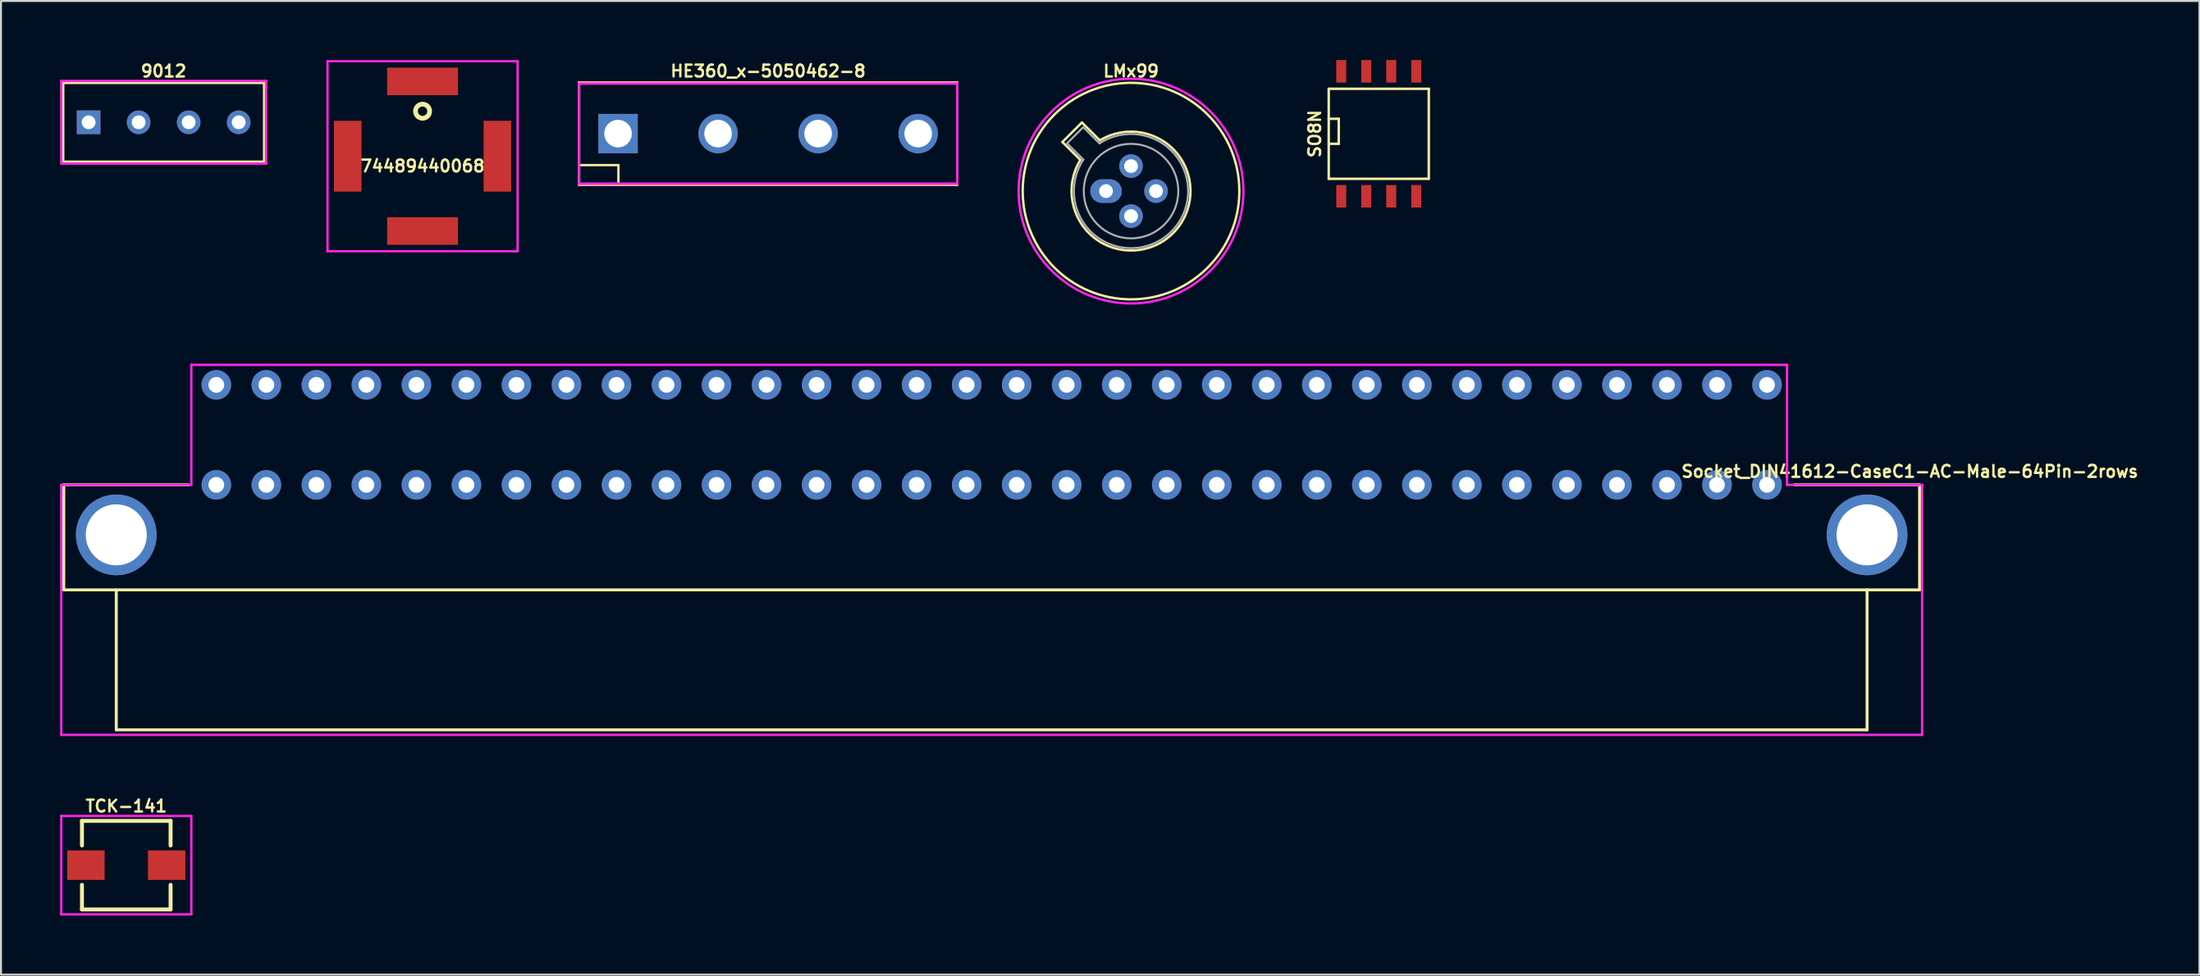
<source format=kicad_pcb>
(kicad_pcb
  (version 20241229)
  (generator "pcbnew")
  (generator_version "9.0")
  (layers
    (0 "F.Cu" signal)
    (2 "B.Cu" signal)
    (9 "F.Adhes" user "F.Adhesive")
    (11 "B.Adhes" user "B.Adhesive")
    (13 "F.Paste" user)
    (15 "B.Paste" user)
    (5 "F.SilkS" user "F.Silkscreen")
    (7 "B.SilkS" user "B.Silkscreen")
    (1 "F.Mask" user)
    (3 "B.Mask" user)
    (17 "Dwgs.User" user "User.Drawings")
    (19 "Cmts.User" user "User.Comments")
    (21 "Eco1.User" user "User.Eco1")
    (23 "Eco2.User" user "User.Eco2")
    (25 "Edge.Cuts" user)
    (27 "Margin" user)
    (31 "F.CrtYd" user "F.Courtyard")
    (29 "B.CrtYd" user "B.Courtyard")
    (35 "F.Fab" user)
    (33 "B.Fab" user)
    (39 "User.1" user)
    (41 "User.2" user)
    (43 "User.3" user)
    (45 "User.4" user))
  (footprint "74489440068"
    (layer "F.Cu")
    (at 18.406 4.886)
    (property "Reference" "74489440068" (at 0 0.5 0) (layer "F.SilkS") (effects (font (size 0.6 0.6) (thickness 0.12))))
    (attr through_hole)
    (fp_circle (center 0 -2.286) (end 0.359 -2.286) (stroke (width 0.24) (type solid)) (fill no) (layer "F.SilkS"))
    (fp_line (start -4.826 -4.826) (end 4.826 -4.826) (stroke (width 0.12) (type solid)) (layer "F.CrtYd"))
    (fp_line (start -4.826 4.826) (end -4.826 -4.826) (stroke (width 0.12) (type solid)) (layer "F.CrtYd"))
    (fp_line (start 4.826 -4.826) (end 4.826 4.826) (stroke (width 0.12) (type solid)) (layer "F.CrtYd"))
    (fp_line (start 4.826 4.826) (end -4.826 4.826) (stroke (width 0.12) (type solid)) (layer "F.CrtYd"))
    (pad "1" smd rect (at 0 -3.8) (size 3.6 1.4) (layers "F.Cu" "F.Mask" "F.Paste"))
    (pad "2" smd rect (at -3.8 0 90) (size 3.6 1.4) (layers "F.Cu" "F.Mask" "F.Paste"))
    (pad "3" smd rect (at 0 3.8) (size 3.6 1.4) (layers "F.Cu" "F.Mask" "F.Paste"))
    (pad "4" smd rect (at 3.8 0 90) (size 3.6 1.4) (layers "F.Cu" "F.Mask" "F.Paste")))
  (footprint "9012"
    (layer "F.Cu")
    (at 5.26 3.162)
    (property "Reference" "9012" (at 0 -2.6 0) (layer "F.SilkS") (effects (font (size 0.6 0.6) (thickness 0.12))))
    (attr through_hole)
    (fp_line (start -5.1 -2) (end 5.1 -2) (stroke (width 0.12) (type solid)) (layer "F.SilkS"))
    (fp_line (start -5.1 2) (end -5.1 -2) (stroke (width 0.12) (type solid)) (layer "F.SilkS"))
    (fp_line (start 5.1 -2) (end 5.1 2) (stroke (width 0.12) (type solid)) (layer "F.SilkS"))
    (fp_line (start 5.1 2) (end -5.1 2) (stroke (width 0.12) (type solid)) (layer "F.SilkS"))
    (fp_line (start -5.2 -2.1) (end -5.2 2.1) (stroke (width 0.12) (type solid)) (layer "F.CrtYd"))
    (fp_line (start -5.2 2.1) (end 5.2 2.1) (stroke (width 0.12) (type solid)) (layer "F.CrtYd"))
    (fp_line (start 5.2 -2.1) (end -5.2 -2.1) (stroke (width 0.12) (type solid)) (layer "F.CrtYd"))
    (fp_line (start 5.2 2.1) (end 5.2 -2.1) (stroke (width 0.12) (type solid)) (layer "F.CrtYd"))
    (pad "1" thru_hole rect (at -3.81 0) (size 1.2 1.2) (drill 0.7) (layers "*.Cu" "*.Mask"))
    (pad "2" thru_hole circle (at -1.27 0) (size 1.2 1.2) (drill 0.7) (layers "*.Cu" "*.Mask"))
    (pad "3" thru_hole circle (at 1.27 0) (size 1.2 1.2) (drill 0.7) (layers "*.Cu" "*.Mask"))
    (pad "4" thru_hole circle (at 3.81 0) (size 1.2 1.2) (drill 0.7) (layers "*.Cu" "*.Mask")))
  (footprint "Socket_DIN41612-CaseC1-AC-Male-64Pin-2rows"
    (layer "F.Cu")
    (at 47.304 19.042)
    (property "Reference" "Socket_DIN41612-CaseC1-AC-Male-64Pin-2rows" (at 46.622 1.859 0) (layer "F.SilkS") (effects (font (size 0.6 0.6) (thickness 0.12))))
    (attr through_hole)
    (fp_line (start -47.117 2.54) (end -40.767 2.54) (stroke (width 0.15) (type solid)) (layer "F.SilkS"))
    (fp_line (start -47.117 7.874) (end -47.117 2.54) (stroke (width 0.15) (type solid)) (layer "F.SilkS"))
    (fp_line (start -44.45 14.986) (end -44.45 7.874) (stroke (width 0.15) (type solid)) (layer "F.SilkS"))
    (fp_line (start 44.45 7.874) (end 44.45 14.986) (stroke (width 0.15) (type solid)) (layer "F.SilkS"))
    (fp_line (start 44.45 14.986) (end -44.45 14.986) (stroke (width 0.15) (type solid)) (layer "F.SilkS"))
    (fp_line (start 47.117 2.54) (end 40.767 2.54) (stroke (width 0.15) (type solid)) (layer "F.SilkS"))
    (fp_line (start 47.117 2.54) (end 47.117 7.874) (stroke (width 0.15) (type solid)) (layer "F.SilkS"))
    (fp_line (start 47.117 7.874) (end -47.117 7.874) (stroke (width 0.15) (type solid)) (layer "F.SilkS"))
    (fp_line (start -47.244 2.54) (end -40.64 2.54) (stroke (width 0.12) (type solid)) (layer "F.CrtYd"))
    (fp_line (start -47.244 15.24) (end -47.244 2.54) (stroke (width 0.12) (type solid)) (layer "F.CrtYd"))
    (fp_line (start -40.64 -3.556) (end 40.386 -3.556) (stroke (width 0.12) (type solid)) (layer "F.CrtYd"))
    (fp_line (start -40.64 2.54) (end -40.64 -3.556) (stroke (width 0.12) (type solid)) (layer "F.CrtYd"))
    (fp_line (start 40.386 -3.556) (end 40.386 2.54) (stroke (width 0.12) (type solid)) (layer "F.CrtYd"))
    (fp_line (start 40.386 2.54) (end 47.244 2.54) (stroke (width 0.12) (type solid)) (layer "F.CrtYd"))
    (fp_line (start 47.244 2.54) (end 47.244 15.24) (stroke (width 0.12) (type solid)) (layer "F.CrtYd"))
    (fp_line (start 47.244 15.24) (end -47.244 15.24) (stroke (width 0.12) (type solid)) (layer "F.CrtYd"))
    (pad "1" thru_hole circle (at -44.45 5.08) (size 4.1 4.1) (drill 3.1) (layers "*.Cu" "*.Mask"))
    (pad "1" thru_hole circle (at 44.45 5.08) (size 4.1 4.1) (drill 3.1) (layers "*.Cu" "*.Mask"))
    (pad "A1" thru_hole circle (at 39.37 -2.54 180) (size 1.501 1.501) (drill 0.8) (layers "*.Cu" "*.Mask"))
    (pad "A2" thru_hole circle (at 36.83 -2.54 180) (size 1.501 1.501) (drill 0.8) (layers "*.Cu" "*.Mask"))
    (pad "A3" thru_hole circle (at 34.29 -2.54 180) (size 1.501 1.501) (drill 0.8) (layers "*.Cu" "*.Mask"))
    (pad "A4" thru_hole circle (at 31.75 -2.54 180) (size 1.501 1.501) (drill 0.8) (layers "*.Cu" "*.Mask"))
    (pad "A5" thru_hole circle (at 29.21 -2.54 180) (size 1.501 1.501) (drill 0.8) (layers "*.Cu" "*.Mask"))
    (pad "A6" thru_hole circle (at 26.67 -2.54 180) (size 1.501 1.501) (drill 0.8) (layers "*.Cu" "*.Mask"))
    (pad "A7" thru_hole circle (at 24.13 -2.54 180) (size 1.501 1.501) (drill 0.8) (layers "*.Cu" "*.Mask"))
    (pad "A8" thru_hole circle (at 21.59 -2.54 180) (size 1.501 1.501) (drill 0.8) (layers "*.Cu" "*.Mask"))
    (pad "A9" thru_hole circle (at 19.05 -2.54 180) (size 1.501 1.501) (drill 0.8) (layers "*.Cu" "*.Mask"))
    (pad "A10" thru_hole circle (at 16.51 -2.54 180) (size 1.501 1.501) (drill 0.8) (layers "*.Cu" "*.Mask"))
    (pad "A11" thru_hole circle (at 13.97 -2.54 180) (size 1.501 1.501) (drill 0.8) (layers "*.Cu" "*.Mask"))
    (pad "A12" thru_hole circle (at 11.43 -2.54 180) (size 1.501 1.501) (drill 0.8) (layers "*.Cu" "*.Mask"))
    (pad "A13" thru_hole circle (at 8.89 -2.54 180) (size 1.501 1.501) (drill 0.8) (layers "*.Cu" "*.Mask"))
    (pad "A14" thru_hole circle (at 6.35 -2.54 180) (size 1.501 1.501) (drill 0.8) (layers "*.Cu" "*.Mask"))
    (pad "A15" thru_hole circle (at 3.81 -2.54 180) (size 1.501 1.501) (drill 0.8) (layers "*.Cu" "*.Mask"))
    (pad "A16" thru_hole circle (at 1.27 -2.54 180) (size 1.501 1.501) (drill 0.8) (layers "*.Cu" "*.Mask"))
    (pad "A17" thru_hole circle (at -1.27 -2.54 180) (size 1.501 1.501) (drill 0.8) (layers "*.Cu" "*.Mask"))
    (pad "A18" thru_hole circle (at -3.81 -2.54 180) (size 1.501 1.501) (drill 0.8) (layers "*.Cu" "*.Mask"))
    (pad "A19" thru_hole circle (at -6.35 -2.54 180) (size 1.501 1.501) (drill 0.8) (layers "*.Cu" "*.Mask"))
    (pad "A20" thru_hole circle (at -8.89 -2.54 180) (size 1.501 1.501) (drill 0.8) (layers "*.Cu" "*.Mask"))
    (pad "A21" thru_hole circle (at -11.43 -2.54 180) (size 1.501 1.501) (drill 0.8) (layers "*.Cu" "*.Mask"))
    (pad "A22" thru_hole circle (at -13.97 -2.54 180) (size 1.501 1.501) (drill 0.8) (layers "*.Cu" "*.Mask"))
    (pad "A23" thru_hole circle (at -16.51 -2.54 180) (size 1.501 1.501) (drill 0.8) (layers "*.Cu" "*.Mask"))
    (pad "A24" thru_hole circle (at -19.05 -2.54 180) (size 1.501 1.501) (drill 0.8) (layers "*.Cu" "*.Mask"))
    (pad "A25" thru_hole circle (at -21.59 -2.54 180) (size 1.501 1.501) (drill 0.8) (layers "*.Cu" "*.Mask"))
    (pad "A26" thru_hole circle (at -24.13 -2.54 180) (size 1.501 1.501) (drill 0.8) (layers "*.Cu" "*.Mask"))
    (pad "A27" thru_hole circle (at -26.67 -2.54 180) (size 1.501 1.501) (drill 0.8) (layers "*.Cu" "*.Mask"))
    (pad "A28" thru_hole circle (at -29.21 -2.54 180) (size 1.501 1.501) (drill 0.8) (layers "*.Cu" "*.Mask"))
    (pad "A29" thru_hole circle (at -31.75 -2.54 180) (size 1.501 1.501) (drill 0.8) (layers "*.Cu" "*.Mask"))
    (pad "A30" thru_hole circle (at -34.29 -2.54 180) (size 1.501 1.501) (drill 0.8) (layers "*.Cu" "*.Mask"))
    (pad "A31" thru_hole circle (at -36.83 -2.54 180) (size 1.501 1.501) (drill 0.8) (layers "*.Cu" "*.Mask"))
    (pad "A32" thru_hole circle (at -39.37 -2.54 180) (size 1.501 1.501) (drill 0.8) (layers "*.Cu" "*.Mask"))
    (pad "C1" thru_hole circle (at 39.37 2.54 180) (size 1.501 1.501) (drill 0.8) (layers "*.Cu" "*.Mask"))
    (pad "C2" thru_hole circle (at 36.83 2.54 180) (size 1.501 1.501) (drill 0.8) (layers "*.Cu" "*.Mask"))
    (pad "C3" thru_hole circle (at 34.29 2.54 180) (size 1.501 1.501) (drill 0.8) (layers "*.Cu" "*.Mask"))
    (pad "C4" thru_hole circle (at 31.75 2.54 180) (size 1.501 1.501) (drill 0.8) (layers "*.Cu" "*.Mask"))
    (pad "C5" thru_hole circle (at 29.21 2.54 180) (size 1.501 1.501) (drill 0.8) (layers "*.Cu" "*.Mask"))
    (pad "C6" thru_hole circle (at 26.67 2.54 180) (size 1.501 1.501) (drill 0.8) (layers "*.Cu" "*.Mask"))
    (pad "C7" thru_hole circle (at 24.13 2.54 180) (size 1.501 1.501) (drill 0.8) (layers "*.Cu" "*.Mask"))
    (pad "C8" thru_hole circle (at 21.59 2.54 180) (size 1.501 1.501) (drill 0.8) (layers "*.Cu" "*.Mask"))
    (pad "C9" thru_hole circle (at 19.05 2.54 180) (size 1.501 1.501) (drill 0.8) (layers "*.Cu" "*.Mask"))
    (pad "C10" thru_hole circle (at 16.51 2.54 180) (size 1.501 1.501) (drill 0.8) (layers "*.Cu" "*.Mask"))
    (pad "C11" thru_hole circle (at 13.97 2.54 180) (size 1.501 1.501) (drill 0.8) (layers "*.Cu" "*.Mask"))
    (pad "C12" thru_hole circle (at 11.43 2.54 180) (size 1.501 1.501) (drill 0.8) (layers "*.Cu" "*.Mask"))
    (pad "C13" thru_hole circle (at 8.89 2.54 180) (size 1.501 1.501) (drill 0.8) (layers "*.Cu" "*.Mask"))
    (pad "C14" thru_hole circle (at 6.35 2.54 180) (size 1.501 1.501) (drill 0.8) (layers "*.Cu" "*.Mask"))
    (pad "C15" thru_hole circle (at 3.81 2.54 180) (size 1.501 1.501) (drill 0.8) (layers "*.Cu" "*.Mask"))
    (pad "C16" thru_hole circle (at 1.27 2.54 180) (size 1.501 1.501) (drill 0.8) (layers "*.Cu" "*.Mask"))
    (pad "C17" thru_hole circle (at -1.27 2.54 180) (size 1.501 1.501) (drill 0.8) (layers "*.Cu" "*.Mask"))
    (pad "C18" thru_hole circle (at -3.81 2.54 180) (size 1.501 1.501) (drill 0.8) (layers "*.Cu" "*.Mask"))
    (pad "C19" thru_hole circle (at -6.35 2.54 180) (size 1.501 1.501) (drill 0.8) (layers "*.Cu" "*.Mask"))
    (pad "C20" thru_hole circle (at -8.89 2.54 180) (size 1.501 1.501) (drill 0.8) (layers "*.Cu" "*.Mask"))
    (pad "C21" thru_hole circle (at -11.43 2.54 180) (size 1.501 1.501) (drill 0.8) (layers "*.Cu" "*.Mask"))
    (pad "C22" thru_hole circle (at -13.97 2.54 180) (size 1.501 1.501) (drill 0.8) (layers "*.Cu" "*.Mask"))
    (pad "C23" thru_hole circle (at -16.51 2.54 180) (size 1.501 1.501) (drill 0.8) (layers "*.Cu" "*.Mask"))
    (pad "C24" thru_hole circle (at -19.05 2.54 180) (size 1.501 1.501) (drill 0.8) (layers "*.Cu" "*.Mask"))
    (pad "C25" thru_hole circle (at -21.59 2.54 180) (size 1.501 1.501) (drill 0.8) (layers "*.Cu" "*.Mask"))
    (pad "C26" thru_hole circle (at -24.13 2.54 180) (size 1.501 1.501) (drill 0.8) (layers "*.Cu" "*.Mask"))
    (pad "C27" thru_hole circle (at -26.67 2.54 180) (size 1.501 1.501) (drill 0.8) (layers "*.Cu" "*.Mask"))
    (pad "C28" thru_hole circle (at -29.21 2.54 180) (size 1.501 1.501) (drill 0.8) (layers "*.Cu" "*.Mask"))
    (pad "C29" thru_hole circle (at -31.75 2.54 180) (size 1.501 1.501) (drill 0.8) (layers "*.Cu" "*.Mask"))
    (pad "C30" thru_hole circle (at -34.29 2.54 180) (size 1.501 1.501) (drill 0.8) (layers "*.Cu" "*.Mask"))
    (pad "C31" thru_hole circle (at -36.83 2.54 180) (size 1.501 1.501) (drill 0.8) (layers "*.Cu" "*.Mask"))
    (pad "C32" thru_hole circle (at -39.37 2.54 180) (size 1.501 1.501) (drill 0.8) (layers "*.Cu" "*.Mask")))
  (footprint "HE360_x-5050462-8"
    (layer "F.Cu")
    (at 35.952 3.737)
    (property "Reference" "HE360_x-5050462-8" (at 0 -3.175 0) (layer "F.SilkS") (effects (font (size 0.6 0.6) (thickness 0.12))))
    (attr through_hole)
    (fp_line (start -9.6 -2.6) (end -9.6 2.6) (stroke (width 0.12) (type solid)) (layer "F.SilkS"))
    (fp_line (start -9.6 1.6) (end -7.6 1.6) (stroke (width 0.12) (type solid)) (layer "F.SilkS"))
    (fp_line (start -9.6 2.6) (end 9.6 2.6) (stroke (width 0.12) (type solid)) (layer "F.SilkS"))
    (fp_line (start -7.6 1.6) (end -7.6 2.6) (stroke (width 0.12) (type solid)) (layer "F.SilkS"))
    (fp_line (start 9.6 -2.6) (end -9.6 -2.6) (stroke (width 0.12) (type solid)) (layer "F.SilkS"))
    (fp_line (start 9.6 2.6) (end 9.6 -2.6) (stroke (width 0.12) (type solid)) (layer "F.SilkS"))
    (fp_line (start -9.6 -2.6) (end -9.6 2.6) (stroke (width 0.12) (type solid)) (layer "B.SilkS"))
    (fp_line (start -9.6 2.6) (end 9.6 2.6) (stroke (width 0.12) (type solid)) (layer "B.SilkS"))
    (fp_line (start 9.6 -2.6) (end -9.6 -2.6) (stroke (width 0.12) (type solid)) (layer "B.SilkS"))
    (fp_line (start 9.6 2.6) (end 9.6 -2.6) (stroke (width 0.12) (type solid)) (layer "B.SilkS"))
    (fp_line (start -9.6 -2.54) (end 9.6 -2.54) (stroke (width 0.12) (type solid)) (layer "F.CrtYd"))
    (fp_line (start -9.6 2.54) (end -9.6 -2.54) (stroke (width 0.12) (type solid)) (layer "F.CrtYd"))
    (fp_line (start 9.6 -2.54) (end 9.6 2.54) (stroke (width 0.12) (type solid)) (layer "F.CrtYd"))
    (fp_line (start 9.6 2.54) (end -9.6 2.54) (stroke (width 0.12) (type solid)) (layer "F.CrtYd"))
    (pad "1" thru_hole rect (at -7.62 0) (size 2 2) (drill 1.4) (layers "*.Cu" "*.Mask"))
    (pad "2" thru_hole circle (at -2.54 0) (size 2 2) (drill 1.4) (layers "*.Cu" "*.Mask"))
    (pad "3" thru_hole circle (at 2.54 0) (size 2 2) (drill 1.4) (layers "*.Cu" "*.Mask"))
    (pad "4" thru_hole circle (at 7.62 0) (size 2 2) (drill 1.4) (layers "*.Cu" "*.Mask")))
  (footprint "TCK-141"
    (layer "F.Cu")
    (at 3.362 40.903)
    (property "Reference" "TCK-141" (at 0 -3 0) (layer "F.SilkS") (effects (font (size 0.6 0.6) (thickness 0.12))))
    (attr through_hole)
    (fp_line (start -2.25 -2.25) (end 2.25 -2.25) (stroke (width 0.2) (type solid)) (layer "F.SilkS"))
    (fp_line (start -2.25 -1) (end -2.25 -2.25) (stroke (width 0.2) (type solid)) (layer "F.SilkS"))
    (fp_line (start -2.25 1) (end -2.25 2.25) (stroke (width 0.2) (type solid)) (layer "F.SilkS"))
    (fp_line (start -2.25 2.25) (end 2.25 2.25) (stroke (width 0.2) (type solid)) (layer "F.SilkS"))
    (fp_line (start 2.25 -2.25) (end 2.25 -1) (stroke (width 0.2) (type solid)) (layer "F.SilkS"))
    (fp_line (start 2.25 2.25) (end 2.25 1) (stroke (width 0.2) (type solid)) (layer "F.SilkS"))
    (fp_line (start -3.302 -2.5) (end 3.302 -2.5) (stroke (width 0.12) (type solid)) (layer "F.CrtYd"))
    (fp_line (start -3.302 2.5) (end -3.302 -2.5) (stroke (width 0.12) (type solid)) (layer "F.CrtYd"))
    (fp_line (start 3.302 -2.5) (end 3.302 2.5) (stroke (width 0.12) (type solid)) (layer "F.CrtYd"))
    (fp_line (start 3.302 2.5) (end -3.302 2.5) (stroke (width 0.12) (type solid)) (layer "F.CrtYd"))
    (pad "1" smd rect (at -2.05 0) (size 1.9 1.5) (layers "F.Cu" "F.Mask" "F.Paste"))
    (pad "2" smd rect (at 2.05 0) (size 1.9 1.5) (layers "F.Cu" "F.Mask" "F.Paste")))
  (footprint "LMx99"
    (layer "F.Cu")
    (at 54.38 6.658)
    (property "Reference" "LMx99" (at 0 -6.096 0) (layer "F.SilkS") (effects (font (size 0.6 0.6) (thickness 0.12))))
    (attr through_hole)
    (fp_line (start -3.484 -2.494) (end -2.572 -1.582) (stroke (width 0.12) (type solid)) (layer "F.SilkS"))
    (fp_line (start -2.494 -3.484) (end -3.484 -2.494) (stroke (width 0.12) (type solid)) (layer "F.SilkS"))
    (fp_line (start -1.582 -2.572) (end -2.494 -3.484) (stroke (width 0.12) (type solid)) (layer "F.SilkS"))
    (fp_arc (start -1.582331 -2.572281) (mid 2.135374 2.135551) (end -2.57215 -1.582544) (stroke (width 0.12) (type solid)) (layer "F.SilkS"))
    (fp_circle (center 0 0) (end 5.5 0) (stroke (width 0.12) (type solid)) (fill no) (layer "F.SilkS"))
    (fp_circle (center 0 0) (end 4.826 -3.048) (stroke (width 0.12) (type solid)) (fill no) (layer "F.CrtYd"))
    (fp_line (start -3.247 -2.426) (end -2.419 -1.599) (stroke (width 0.1) (type solid)) (layer "F.Fab"))
    (fp_line (start -2.426 -3.247) (end -3.247 -2.426) (stroke (width 0.1) (type solid)) (layer "F.Fab"))
    (fp_line (start -1.599 -2.419) (end -2.426 -3.247) (stroke (width 0.1) (type solid)) (layer "F.Fab"))
    (fp_arc (start -1.599057 -2.419301) (mid 2.051076 2.050143) (end -2.420029 -1.597956) (stroke (width 0.1) (type solid)) (layer "F.Fab"))
    (fp_circle (center 0 0) (end 2.4 0) (stroke (width 0.1) (type solid)) (fill no) (layer "F.Fab"))
    (pad "1" thru_hole oval (at -1.27 0) (size 1.6 1.2) (drill 0.7) (layers "*.Cu" "*.Mask"))
    (pad "2" thru_hole oval (at 0 1.27) (size 1.2 1.2) (drill 0.7) (layers "*.Cu" "*.Mask"))
    (pad "3" thru_hole oval (at 1.27 0) (size 1.2 1.2) (drill 0.7) (layers "*.Cu" "*.Mask"))
    (pad "4" thru_hole oval (at 0 -1.27) (size 1.2 1.2) (drill 0.7) (layers "*.Cu" "*.Mask")))
  (footprint "SO8N"
    (layer "F.Cu")
    (at 66.959 3.747)
    (property "Reference" "SO8N" (at -3.25 0 90) (layer "F.SilkS") (effects (font (size 0.6 0.6) (thickness 0.12))))
    (attr smd)
    (fp_line (start -2.54 -2.286) (end 2.54 -2.286) (stroke (width 0.127) (type solid)) (layer "F.SilkS"))
    (fp_line (start -2.54 -0.762) (end -2.032 -0.762) (stroke (width 0.127) (type solid)) (layer "F.SilkS"))
    (fp_line (start -2.54 2.286) (end -2.54 -2.286) (stroke (width 0.127) (type solid)) (layer "F.SilkS"))
    (fp_line (start -2.032 -0.762) (end -2.032 0.508) (stroke (width 0.127) (type solid)) (layer "F.SilkS"))
    (fp_line (start -2.032 0.508) (end -2.54 0.508) (stroke (width 0.127) (type solid)) (layer "F.SilkS"))
    (fp_line (start 2.54 -2.286) (end 2.54 2.286) (stroke (width 0.127) (type solid)) (layer "F.SilkS"))
    (fp_line (start 2.54 2.286) (end -2.54 2.286) (stroke (width 0.127) (type solid)) (layer "F.SilkS"))
    (pad "1" smd rect (at -1.905 3.175) (size 0.508 1.143) (layers "F.Cu" "F.Mask" "F.Paste"))
    (pad "2" smd rect (at -0.635 3.175) (size 0.508 1.143) (layers "F.Cu" "F.Mask" "F.Paste"))
    (pad "3" smd rect (at 0.635 3.175) (size 0.508 1.143) (layers "F.Cu" "F.Mask" "F.Paste"))
    (pad "4" smd rect (at 1.905 3.175) (size 0.508 1.143) (layers "F.Cu" "F.Mask" "F.Paste"))
    (pad "5" smd rect (at 1.905 -3.175) (size 0.508 1.143) (layers "F.Cu" "F.Mask" "F.Paste"))
    (pad "6" smd rect (at 0.635 -3.175) (size 0.508 1.143) (layers "F.Cu" "F.Mask" "F.Paste"))
    (pad "7" smd rect (at -0.635 -3.175) (size 0.508 1.143) (layers "F.Cu" "F.Mask" "F.Paste"))
    (pad "8" smd rect (at -1.905 -3.175) (size 0.508 1.143) (layers "F.Cu" "F.Mask" "F.Paste")))
  (gr_rect
    (start -3 -3)
    (end 108.632 46.463)
    (stroke (width 0.1) (type default))
    (fill no)
    (layer "Edge.Cuts")))
</source>
